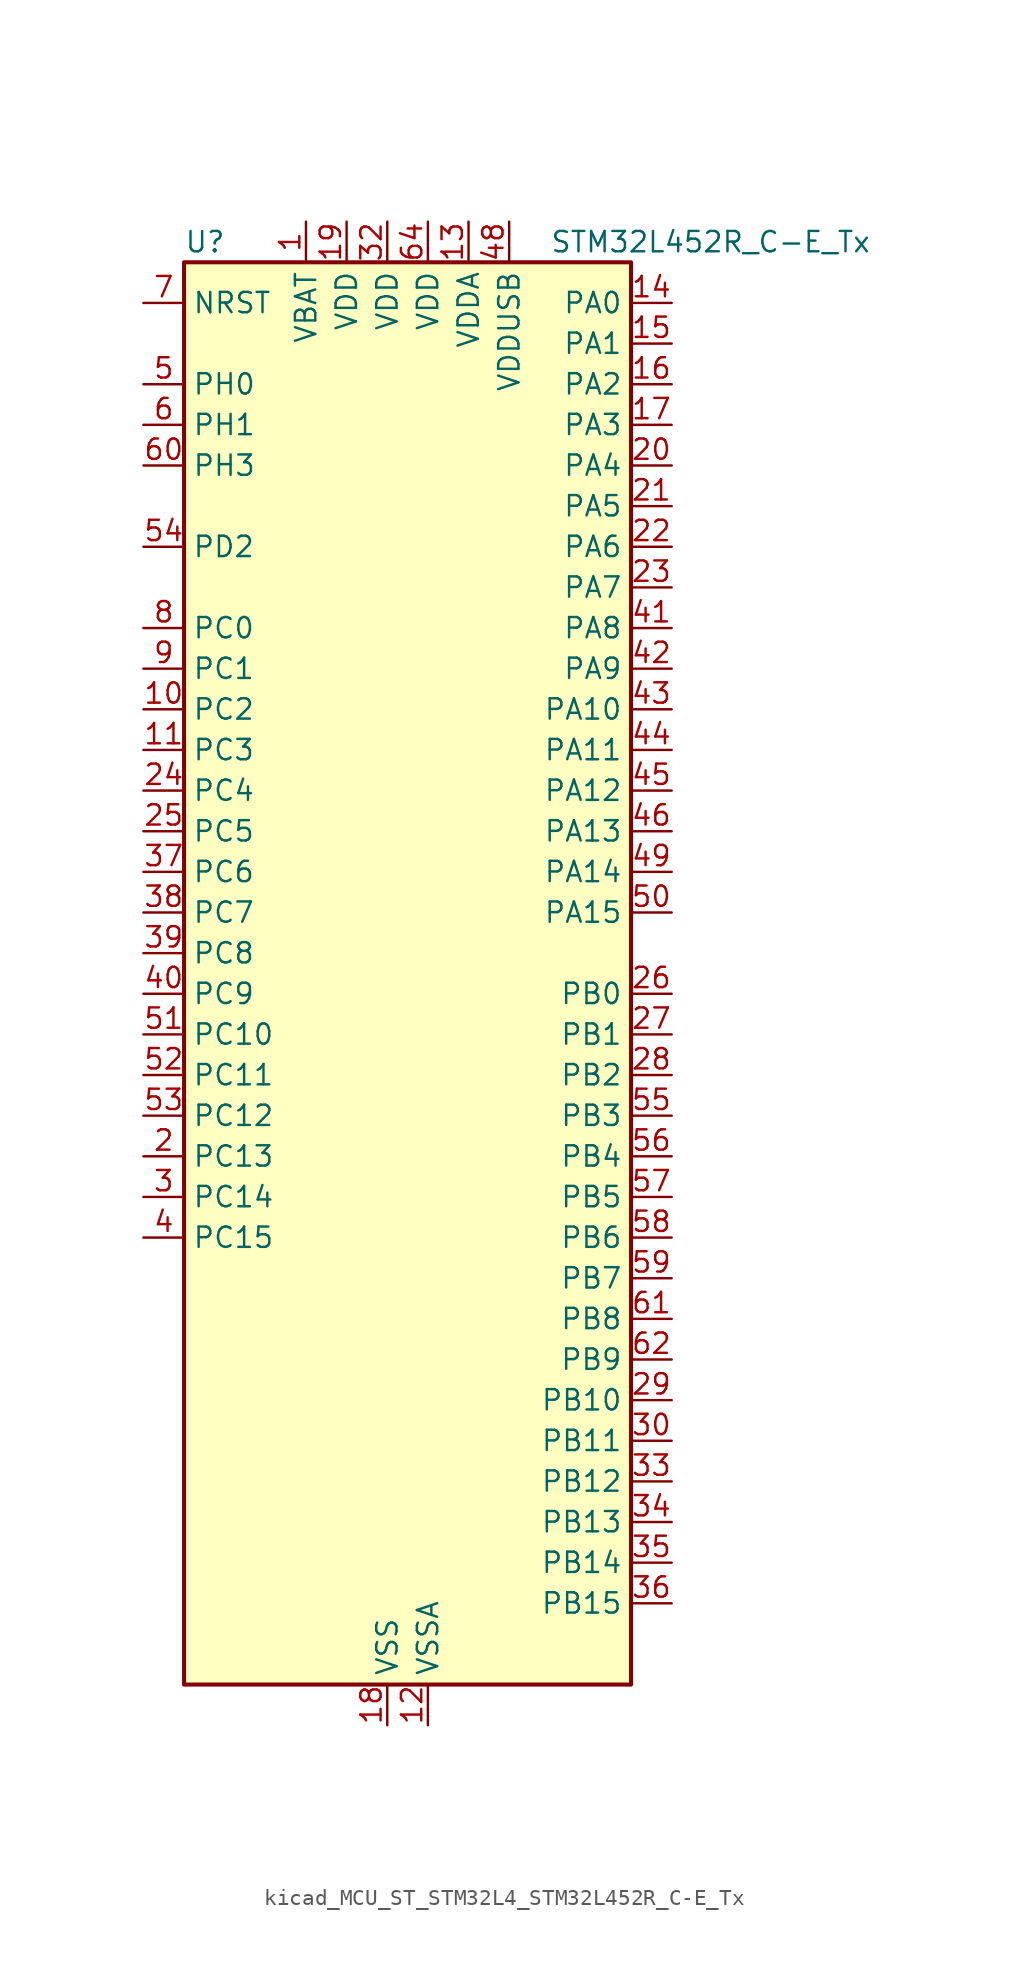
<source format=kicad_sym>
(kicad_symbol_lib
  (version 20220914)
  (generator kicad_symbol_editor)
  (symbol "kicad_MCU_ST_STM32L4_STM32L452R_C-E_Tx"
    (property "Reference" "U"
      (at -12.7 46.99 0)
      (effects (font (size 1.27 1.27)) (justify left)))
    (property "Value" "STM32L452R_C-E_Tx"
      (at 10.16 46.99 0)
      (effects (font (size 1.27 1.27)) (justify left)))
    (property "ki_locked" ""
      (at 0 0 0)
      (effects (font (size 1.27 1.27))))
    (symbol "kicad_MCU_ST_STM32L4_STM32L452R_C-E_Tx_0_1"
      (rectangle (start -12.7 -43.18) (end 15.24 45.72) (stroke (width 0.254) (type default)) (fill (type background))))
    (symbol "kicad_MCU_ST_STM32L4_STM32L452R_C-E_Tx_1_1"
      (pin power_in line (at -5.08 48.26 270) (length 2.54) (name "VBAT" (effects (font (size 1.27 1.27)))) (number "1" (effects (font (size 1.27 1.27)))))
      (pin bidirectional line (at -15.24 17.78 0) (length 2.54) (name "PC2" (effects (font (size 1.27 1.27)))) (number "10" (effects (font (size 1.27 1.27)))) (alternate "ADC1_IN3" bidirectional line) (alternate "DFSDM1_CKOUT" bidirectional line) (alternate "LPTIM1_IN2" bidirectional line) (alternate "SPI2_MISO" bidirectional line))
      (pin bidirectional line (at -15.24 15.24 0) (length 2.54) (name "PC3" (effects (font (size 1.27 1.27)))) (number "11" (effects (font (size 1.27 1.27)))) (alternate "ADC1_IN4" bidirectional line) (alternate "LPTIM1_ETR" bidirectional line) (alternate "LPTIM2_ETR" bidirectional line) (alternate "SAI1_SD_A" bidirectional line) (alternate "SPI2_MOSI" bidirectional line))
      (pin power_in line (at 2.54 -45.72 90) (length 2.54) (name "VSSA" (effects (font (size 1.27 1.27)))) (number "12" (effects (font (size 1.27 1.27)))))
      (pin power_in line (at 5.08 48.26 270) (length 2.54) (name "VDDA" (effects (font (size 1.27 1.27)))) (number "13" (effects (font (size 1.27 1.27)))))
      (pin bidirectional line (at 17.78 43.18 180) (length 2.54) (name "PA0" (effects (font (size 1.27 1.27)))) (number "14" (effects (font (size 1.27 1.27)))) (alternate "ADC1_IN5" bidirectional line) (alternate "COMP1_INM" bidirectional line) (alternate "COMP1_OUT" bidirectional line) (alternate "OPAMP1_VINP" bidirectional line) (alternate "RTC_TAMP2" bidirectional line) (alternate "SAI1_EXTCLK" bidirectional line) (alternate "SYS_WKUP1" bidirectional line) (alternate "TIM2_CH1" bidirectional line) (alternate "TIM2_ETR" bidirectional line) (alternate "UART4_TX" bidirectional line) (alternate "USART2_CTS" bidirectional line))
      (pin bidirectional line (at 17.78 40.64 180) (length 2.54) (name "PA1" (effects (font (size 1.27 1.27)))) (number "15" (effects (font (size 1.27 1.27)))) (alternate "ADC1_IN6" bidirectional line) (alternate "COMP1_INP" bidirectional line) (alternate "I2C1_SMBA" bidirectional line) (alternate "OPAMP1_VINM" bidirectional line) (alternate "SPI1_SCK" bidirectional line) (alternate "TIM15_CH1N" bidirectional line) (alternate "TIM2_CH2" bidirectional line) (alternate "UART4_RX" bidirectional line) (alternate "USART2_DE" bidirectional line) (alternate "USART2_RTS" bidirectional line))
      (pin bidirectional line (at 17.78 38.1 180) (length 2.54) (name "PA2" (effects (font (size 1.27 1.27)))) (number "16" (effects (font (size 1.27 1.27)))) (alternate "ADC1_IN7" bidirectional line) (alternate "COMP2_INM" bidirectional line) (alternate "COMP2_OUT" bidirectional line) (alternate "LPUART1_TX" bidirectional line) (alternate "QUADSPI_BK1_NCS" bidirectional line) (alternate "RCC_LSCO" bidirectional line) (alternate "SYS_WKUP4" bidirectional line) (alternate "TIM15_CH1" bidirectional line) (alternate "TIM2_CH3" bidirectional line) (alternate "USART2_TX" bidirectional line))
      (pin bidirectional line (at 17.78 35.56 180) (length 2.54) (name "PA3" (effects (font (size 1.27 1.27)))) (number "17" (effects (font (size 1.27 1.27)))) (alternate "ADC1_IN8" bidirectional line) (alternate "COMP2_INP" bidirectional line) (alternate "LPUART1_RX" bidirectional line) (alternate "OPAMP1_VOUT" bidirectional line) (alternate "QUADSPI_CLK" bidirectional line) (alternate "SAI1_MCLK_A" bidirectional line) (alternate "TIM15_CH2" bidirectional line) (alternate "TIM2_CH4" bidirectional line) (alternate "USART2_RX" bidirectional line))
      (pin power_in line (at 0 -45.72 90) (length 2.54) (name "VSS" (effects (font (size 1.27 1.27)))) (number "18" (effects (font (size 1.27 1.27)))))
      (pin power_in line (at -2.54 48.26 270) (length 2.54) (name "VDD" (effects (font (size 1.27 1.27)))) (number "19" (effects (font (size 1.27 1.27)))))
      (pin bidirectional line (at -15.24 -10.16 0) (length 2.54) (name "PC13" (effects (font (size 1.27 1.27)))) (number "2" (effects (font (size 1.27 1.27)))) (alternate "RTC_OUT_ALARM" bidirectional line) (alternate "RTC_OUT_CALIB" bidirectional line) (alternate "RTC_TAMP1" bidirectional line) (alternate "RTC_TS" bidirectional line) (alternate "SYS_WKUP2" bidirectional line))
      (pin bidirectional line (at 17.78 33.02 180) (length 2.54) (name "PA4" (effects (font (size 1.27 1.27)))) (number "20" (effects (font (size 1.27 1.27)))) (alternate "ADC1_IN9" bidirectional line) (alternate "COMP1_INM" bidirectional line) (alternate "COMP2_INM" bidirectional line) (alternate "DAC1_OUT1" bidirectional line) (alternate "LPTIM2_OUT" bidirectional line) (alternate "SAI1_FS_B" bidirectional line) (alternate "SPI1_NSS" bidirectional line) (alternate "SPI3_NSS" bidirectional line) (alternate "USART2_CK" bidirectional line))
      (pin bidirectional line (at 17.78 30.48 180) (length 2.54) (name "PA5" (effects (font (size 1.27 1.27)))) (number "21" (effects (font (size 1.27 1.27)))) (alternate "ADC1_IN10" bidirectional line) (alternate "COMP1_INM" bidirectional line) (alternate "COMP2_INM" bidirectional line) (alternate "DFSDM1_CKOUT" bidirectional line) (alternate "LPTIM2_ETR" bidirectional line) (alternate "SPI1_SCK" bidirectional line) (alternate "TIM2_CH1" bidirectional line) (alternate "TIM2_ETR" bidirectional line))
      (pin bidirectional line (at 17.78 27.94 180) (length 2.54) (name "PA6" (effects (font (size 1.27 1.27)))) (number "22" (effects (font (size 1.27 1.27)))) (alternate "ADC1_IN11" bidirectional line) (alternate "COMP1_OUT" bidirectional line) (alternate "LPUART1_CTS" bidirectional line) (alternate "QUADSPI_BK1_IO3" bidirectional line) (alternate "SPI1_MISO" bidirectional line) (alternate "TIM16_CH1" bidirectional line) (alternate "TIM1_BKIN" bidirectional line) (alternate "TIM1_BKIN_COMP2" bidirectional line) (alternate "TIM3_CH1" bidirectional line) (alternate "USART3_CTS" bidirectional line))
      (pin bidirectional line (at 17.78 25.4 180) (length 2.54) (name "PA7" (effects (font (size 1.27 1.27)))) (number "23" (effects (font (size 1.27 1.27)))) (alternate "ADC1_IN12" bidirectional line) (alternate "COMP2_OUT" bidirectional line) (alternate "DFSDM1_DATIN0" bidirectional line) (alternate "I2C3_SCL" bidirectional line) (alternate "QUADSPI_BK1_IO2" bidirectional line) (alternate "SPI1_MOSI" bidirectional line) (alternate "TIM1_CH1N" bidirectional line) (alternate "TIM3_CH2" bidirectional line))
      (pin bidirectional line (at -15.24 12.7 0) (length 2.54) (name "PC4" (effects (font (size 1.27 1.27)))) (number "24" (effects (font (size 1.27 1.27)))) (alternate "ADC1_IN13" bidirectional line) (alternate "COMP1_INM" bidirectional line) (alternate "USART3_TX" bidirectional line))
      (pin bidirectional line (at -15.24 10.16 0) (length 2.54) (name "PC5" (effects (font (size 1.27 1.27)))) (number "25" (effects (font (size 1.27 1.27)))) (alternate "ADC1_IN14" bidirectional line) (alternate "COMP1_INP" bidirectional line) (alternate "SYS_WKUP5" bidirectional line) (alternate "USART3_RX" bidirectional line))
      (pin bidirectional line (at 17.78 0 180) (length 2.54) (name "PB0" (effects (font (size 1.27 1.27)))) (number "26" (effects (font (size 1.27 1.27)))) (alternate "ADC1_IN15" bidirectional line) (alternate "COMP1_OUT" bidirectional line) (alternate "DFSDM1_CKIN0" bidirectional line) (alternate "QUADSPI_BK1_IO1" bidirectional line) (alternate "SAI1_EXTCLK" bidirectional line) (alternate "SPI1_NSS" bidirectional line) (alternate "TIM1_CH2N" bidirectional line) (alternate "TIM3_CH3" bidirectional line) (alternate "USART3_CK" bidirectional line))
      (pin bidirectional line (at 17.78 -2.54 180) (length 2.54) (name "PB1" (effects (font (size 1.27 1.27)))) (number "27" (effects (font (size 1.27 1.27)))) (alternate "ADC1_IN16" bidirectional line) (alternate "COMP1_INM" bidirectional line) (alternate "DFSDM1_DATIN0" bidirectional line) (alternate "LPTIM2_IN1" bidirectional line) (alternate "LPUART1_DE" bidirectional line) (alternate "LPUART1_RTS" bidirectional line) (alternate "QUADSPI_BK1_IO0" bidirectional line) (alternate "TIM1_CH3N" bidirectional line) (alternate "TIM3_CH4" bidirectional line) (alternate "USART3_DE" bidirectional line) (alternate "USART3_RTS" bidirectional line))
      (pin bidirectional line (at 17.78 -5.08 180) (length 2.54) (name "PB2" (effects (font (size 1.27 1.27)))) (number "28" (effects (font (size 1.27 1.27)))) (alternate "COMP1_INP" bidirectional line) (alternate "DFSDM1_CKIN0" bidirectional line) (alternate "I2C3_SMBA" bidirectional line) (alternate "LPTIM1_OUT" bidirectional line) (alternate "RTC_OUT_ALARM" bidirectional line) (alternate "RTC_OUT_CALIB" bidirectional line))
      (pin bidirectional line (at 17.78 -25.4 180) (length 2.54) (name "PB10" (effects (font (size 1.27 1.27)))) (number "29" (effects (font (size 1.27 1.27)))) (alternate "COMP1_OUT" bidirectional line) (alternate "I2C2_SCL" bidirectional line) (alternate "I2C4_SCL" bidirectional line) (alternate "LPUART1_RX" bidirectional line) (alternate "QUADSPI_CLK" bidirectional line) (alternate "SAI1_SCK_A" bidirectional line) (alternate "SPI2_SCK" bidirectional line) (alternate "TIM2_CH3" bidirectional line) (alternate "TSC_SYNC" bidirectional line) (alternate "USART3_TX" bidirectional line))
      (pin bidirectional line (at -15.24 -12.7 0) (length 2.54) (name "PC14" (effects (font (size 1.27 1.27)))) (number "3" (effects (font (size 1.27 1.27)))) (alternate "RCC_OSC32_IN" bidirectional line))
      (pin bidirectional line (at 17.78 -27.94 180) (length 2.54) (name "PB11" (effects (font (size 1.27 1.27)))) (number "30" (effects (font (size 1.27 1.27)))) (alternate "ADC1_EXTI11" bidirectional line) (alternate "COMP2_OUT" bidirectional line) (alternate "I2C2_SDA" bidirectional line) (alternate "I2C4_SDA" bidirectional line) (alternate "LPUART1_TX" bidirectional line) (alternate "QUADSPI_BK1_NCS" bidirectional line) (alternate "TIM2_CH4" bidirectional line) (alternate "USART3_RX" bidirectional line))
      (pin passive line (at 0 -45.72 90) (length 2.54) hide (name "VSS" (effects (font (size 1.27 1.27)))) (number "31" (effects (font (size 1.27 1.27)))))
      (pin power_in line (at 0 48.26 270) (length 2.54) (name "VDD" (effects (font (size 1.27 1.27)))) (number "32" (effects (font (size 1.27 1.27)))))
      (pin bidirectional line (at 17.78 -30.48 180) (length 2.54) (name "PB12" (effects (font (size 1.27 1.27)))) (number "33" (effects (font (size 1.27 1.27)))) (alternate "CAN1_RX" bidirectional line) (alternate "DFSDM1_DATIN1" bidirectional line) (alternate "I2C2_SMBA" bidirectional line) (alternate "LPUART1_DE" bidirectional line) (alternate "LPUART1_RTS" bidirectional line) (alternate "SAI1_FS_A" bidirectional line) (alternate "SPI2_NSS" bidirectional line) (alternate "TIM15_BKIN" bidirectional line) (alternate "TIM1_BKIN" bidirectional line) (alternate "TIM1_BKIN_COMP2" bidirectional line) (alternate "TSC_G1_IO1" bidirectional line) (alternate "USART3_CK" bidirectional line))
      (pin bidirectional line (at 17.78 -33.02 180) (length 2.54) (name "PB13" (effects (font (size 1.27 1.27)))) (number "34" (effects (font (size 1.27 1.27)))) (alternate "CAN1_TX" bidirectional line) (alternate "DFSDM1_CKIN1" bidirectional line) (alternate "I2C2_SCL" bidirectional line) (alternate "LPUART1_CTS" bidirectional line) (alternate "SAI1_SCK_A" bidirectional line) (alternate "SPI2_SCK" bidirectional line) (alternate "TIM15_CH1N" bidirectional line) (alternate "TIM1_CH1N" bidirectional line) (alternate "TSC_G1_IO2" bidirectional line) (alternate "USART3_CTS" bidirectional line))
      (pin bidirectional line (at 17.78 -35.56 180) (length 2.54) (name "PB14" (effects (font (size 1.27 1.27)))) (number "35" (effects (font (size 1.27 1.27)))) (alternate "DFSDM1_DATIN2" bidirectional line) (alternate "I2C2_SDA" bidirectional line) (alternate "SAI1_MCLK_A" bidirectional line) (alternate "SPI2_MISO" bidirectional line) (alternate "TIM15_CH1" bidirectional line) (alternate "TIM1_CH2N" bidirectional line) (alternate "TSC_G1_IO3" bidirectional line) (alternate "USART3_DE" bidirectional line) (alternate "USART3_RTS" bidirectional line))
      (pin bidirectional line (at 17.78 -38.1 180) (length 2.54) (name "PB15" (effects (font (size 1.27 1.27)))) (number "36" (effects (font (size 1.27 1.27)))) (alternate "ADC1_EXTI15" bidirectional line) (alternate "DFSDM1_CKIN2" bidirectional line) (alternate "RTC_REFIN" bidirectional line) (alternate "SAI1_SD_A" bidirectional line) (alternate "SPI2_MOSI" bidirectional line) (alternate "TIM15_CH2" bidirectional line) (alternate "TIM1_CH3N" bidirectional line) (alternate "TSC_G1_IO4" bidirectional line))
      (pin bidirectional line (at -15.24 7.62 0) (length 2.54) (name "PC6" (effects (font (size 1.27 1.27)))) (number "37" (effects (font (size 1.27 1.27)))) (alternate "DFSDM1_CKIN3" bidirectional line) (alternate "SDMMC1_D6" bidirectional line) (alternate "TIM3_CH1" bidirectional line) (alternate "TSC_G4_IO1" bidirectional line))
      (pin bidirectional line (at -15.24 5.08 0) (length 2.54) (name "PC7" (effects (font (size 1.27 1.27)))) (number "38" (effects (font (size 1.27 1.27)))) (alternate "DFSDM1_DATIN3" bidirectional line) (alternate "SDMMC1_D7" bidirectional line) (alternate "TIM3_CH2" bidirectional line) (alternate "TSC_G4_IO2" bidirectional line))
      (pin bidirectional line (at -15.24 2.54 0) (length 2.54) (name "PC8" (effects (font (size 1.27 1.27)))) (number "39" (effects (font (size 1.27 1.27)))) (alternate "SDMMC1_D0" bidirectional line) (alternate "TIM3_CH3" bidirectional line) (alternate "TSC_G4_IO3" bidirectional line))
      (pin bidirectional line (at -15.24 -15.24 0) (length 2.54) (name "PC15" (effects (font (size 1.27 1.27)))) (number "4" (effects (font (size 1.27 1.27)))) (alternate "ADC1_EXTI15" bidirectional line) (alternate "RCC_OSC32_OUT" bidirectional line))
      (pin bidirectional line (at -15.24 0 0) (length 2.54) (name "PC9" (effects (font (size 1.27 1.27)))) (number "40" (effects (font (size 1.27 1.27)))) (alternate "DAC1_EXTI9" bidirectional line) (alternate "SDMMC1_D1" bidirectional line) (alternate "TIM3_CH4" bidirectional line) (alternate "TSC_G4_IO4" bidirectional line) (alternate "USB_NOE" bidirectional line))
      (pin bidirectional line (at 17.78 22.86 180) (length 2.54) (name "PA8" (effects (font (size 1.27 1.27)))) (number "41" (effects (font (size 1.27 1.27)))) (alternate "DFSDM1_CKIN1" bidirectional line) (alternate "LPTIM2_OUT" bidirectional line) (alternate "RCC_MCO" bidirectional line) (alternate "SAI1_SCK_A" bidirectional line) (alternate "TIM1_CH1" bidirectional line) (alternate "USART1_CK" bidirectional line))
      (pin bidirectional line (at 17.78 20.32 180) (length 2.54) (name "PA9" (effects (font (size 1.27 1.27)))) (number "42" (effects (font (size 1.27 1.27)))) (alternate "DAC1_EXTI9" bidirectional line) (alternate "DFSDM1_DATIN1" bidirectional line) (alternate "I2C1_SCL" bidirectional line) (alternate "SAI1_FS_A" bidirectional line) (alternate "TIM15_BKIN" bidirectional line) (alternate "TIM1_CH2" bidirectional line) (alternate "USART1_TX" bidirectional line))
      (pin bidirectional line (at 17.78 17.78 180) (length 2.54) (name "PA10" (effects (font (size 1.27 1.27)))) (number "43" (effects (font (size 1.27 1.27)))) (alternate "CRS_SYNC" bidirectional line) (alternate "I2C1_SDA" bidirectional line) (alternate "SAI1_SD_A" bidirectional line) (alternate "TIM1_CH3" bidirectional line) (alternate "USART1_RX" bidirectional line))
      (pin bidirectional line (at 17.78 15.24 180) (length 2.54) (name "PA11" (effects (font (size 1.27 1.27)))) (number "44" (effects (font (size 1.27 1.27)))) (alternate "ADC1_EXTI11" bidirectional line) (alternate "CAN1_RX" bidirectional line) (alternate "COMP1_OUT" bidirectional line) (alternate "SPI1_MISO" bidirectional line) (alternate "TIM1_BKIN2" bidirectional line) (alternate "TIM1_BKIN2_COMP1" bidirectional line) (alternate "TIM1_CH4" bidirectional line) (alternate "USART1_CTS" bidirectional line) (alternate "USB_DM" bidirectional line))
      (pin bidirectional line (at 17.78 12.7 180) (length 2.54) (name "PA12" (effects (font (size 1.27 1.27)))) (number "45" (effects (font (size 1.27 1.27)))) (alternate "CAN1_TX" bidirectional line) (alternate "SPI1_MOSI" bidirectional line) (alternate "TIM1_ETR" bidirectional line) (alternate "USART1_DE" bidirectional line) (alternate "USART1_RTS" bidirectional line) (alternate "USB_DP" bidirectional line))
      (pin bidirectional line (at 17.78 10.16 180) (length 2.54) (name "PA13" (effects (font (size 1.27 1.27)))) (number "46" (effects (font (size 1.27 1.27)))) (alternate "IR_OUT" bidirectional line) (alternate "SAI1_SD_B" bidirectional line) (alternate "SYS_JTMS-SWDIO" bidirectional line) (alternate "USB_NOE" bidirectional line))
      (pin passive line (at 0 -45.72 90) (length 2.54) hide (name "VSS" (effects (font (size 1.27 1.27)))) (number "47" (effects (font (size 1.27 1.27)))))
      (pin power_in line (at 7.62 48.26 270) (length 2.54) (name "VDDUSB" (effects (font (size 1.27 1.27)))) (number "48" (effects (font (size 1.27 1.27)))))
      (pin bidirectional line (at 17.78 7.62 180) (length 2.54) (name "PA14" (effects (font (size 1.27 1.27)))) (number "49" (effects (font (size 1.27 1.27)))) (alternate "I2C1_SMBA" bidirectional line) (alternate "I2C4_SMBA" bidirectional line) (alternate "LPTIM1_OUT" bidirectional line) (alternate "SAI1_FS_B" bidirectional line) (alternate "SYS_JTCK-SWCLK" bidirectional line))
      (pin bidirectional line (at -15.24 38.1 0) (length 2.54) (name "PH0" (effects (font (size 1.27 1.27)))) (number "5" (effects (font (size 1.27 1.27)))) (alternate "RCC_OSC_IN" bidirectional line))
      (pin bidirectional line (at 17.78 5.08 180) (length 2.54) (name "PA15" (effects (font (size 1.27 1.27)))) (number "50" (effects (font (size 1.27 1.27)))) (alternate "ADC1_EXTI15" bidirectional line) (alternate "SPI1_NSS" bidirectional line) (alternate "SPI3_NSS" bidirectional line) (alternate "SYS_JTDI" bidirectional line) (alternate "TIM2_CH1" bidirectional line) (alternate "TIM2_ETR" bidirectional line) (alternate "TSC_G3_IO1" bidirectional line) (alternate "UART4_DE" bidirectional line) (alternate "UART4_RTS" bidirectional line) (alternate "USART2_RX" bidirectional line) (alternate "USART3_DE" bidirectional line) (alternate "USART3_RTS" bidirectional line))
      (pin bidirectional line (at -15.24 -2.54 0) (length 2.54) (name "PC10" (effects (font (size 1.27 1.27)))) (number "51" (effects (font (size 1.27 1.27)))) (alternate "SDMMC1_D2" bidirectional line) (alternate "SPI3_SCK" bidirectional line) (alternate "SYS_TRACED1" bidirectional line) (alternate "TSC_G3_IO2" bidirectional line) (alternate "UART4_TX" bidirectional line) (alternate "USART3_TX" bidirectional line))
      (pin bidirectional line (at -15.24 -5.08 0) (length 2.54) (name "PC11" (effects (font (size 1.27 1.27)))) (number "52" (effects (font (size 1.27 1.27)))) (alternate "ADC1_EXTI11" bidirectional line) (alternate "SDMMC1_D3" bidirectional line) (alternate "SPI3_MISO" bidirectional line) (alternate "TSC_G3_IO3" bidirectional line) (alternate "UART4_RX" bidirectional line) (alternate "USART3_RX" bidirectional line))
      (pin bidirectional line (at -15.24 -7.62 0) (length 2.54) (name "PC12" (effects (font (size 1.27 1.27)))) (number "53" (effects (font (size 1.27 1.27)))) (alternate "SDMMC1_CK" bidirectional line) (alternate "SPI3_MOSI" bidirectional line) (alternate "SYS_TRACED3" bidirectional line) (alternate "TSC_G3_IO4" bidirectional line) (alternate "USART3_CK" bidirectional line))
      (pin bidirectional line (at -15.24 27.94 0) (length 2.54) (name "PD2" (effects (font (size 1.27 1.27)))) (number "54" (effects (font (size 1.27 1.27)))) (alternate "SDMMC1_CMD" bidirectional line) (alternate "SYS_TRACED2" bidirectional line) (alternate "TIM3_ETR" bidirectional line) (alternate "TSC_SYNC" bidirectional line) (alternate "USART3_DE" bidirectional line) (alternate "USART3_RTS" bidirectional line))
      (pin bidirectional line (at 17.78 -7.62 180) (length 2.54) (name "PB3" (effects (font (size 1.27 1.27)))) (number "55" (effects (font (size 1.27 1.27)))) (alternate "COMP2_INM" bidirectional line) (alternate "SAI1_SCK_B" bidirectional line) (alternate "SPI1_SCK" bidirectional line) (alternate "SPI3_SCK" bidirectional line) (alternate "SYS_JTDO-SWO" bidirectional line) (alternate "TIM2_CH2" bidirectional line) (alternate "USART1_DE" bidirectional line) (alternate "USART1_RTS" bidirectional line))
      (pin bidirectional line (at 17.78 -10.16 180) (length 2.54) (name "PB4" (effects (font (size 1.27 1.27)))) (number "56" (effects (font (size 1.27 1.27)))) (alternate "COMP2_INP" bidirectional line) (alternate "I2C3_SDA" bidirectional line) (alternate "SAI1_MCLK_B" bidirectional line) (alternate "SPI1_MISO" bidirectional line) (alternate "SPI3_MISO" bidirectional line) (alternate "SYS_JTRST" bidirectional line) (alternate "TIM3_CH1" bidirectional line) (alternate "TSC_G2_IO1" bidirectional line) (alternate "USART1_CTS" bidirectional line))
      (pin bidirectional line (at 17.78 -12.7 180) (length 2.54) (name "PB5" (effects (font (size 1.27 1.27)))) (number "57" (effects (font (size 1.27 1.27)))) (alternate "CAN1_RX" bidirectional line) (alternate "COMP2_OUT" bidirectional line) (alternate "I2C1_SMBA" bidirectional line) (alternate "LPTIM1_IN1" bidirectional line) (alternate "SAI1_SD_B" bidirectional line) (alternate "SPI1_MOSI" bidirectional line) (alternate "SPI3_MOSI" bidirectional line) (alternate "TIM16_BKIN" bidirectional line) (alternate "TIM3_CH2" bidirectional line) (alternate "TSC_G2_IO2" bidirectional line) (alternate "USART1_CK" bidirectional line))
      (pin bidirectional line (at 17.78 -15.24 180) (length 2.54) (name "PB6" (effects (font (size 1.27 1.27)))) (number "58" (effects (font (size 1.27 1.27)))) (alternate "CAN1_TX" bidirectional line) (alternate "COMP2_INP" bidirectional line) (alternate "I2C1_SCL" bidirectional line) (alternate "I2C4_SCL" bidirectional line) (alternate "LPTIM1_ETR" bidirectional line) (alternate "SAI1_FS_B" bidirectional line) (alternate "TIM16_CH1N" bidirectional line) (alternate "TSC_G2_IO3" bidirectional line) (alternate "USART1_TX" bidirectional line))
      (pin bidirectional line (at 17.78 -17.78 180) (length 2.54) (name "PB7" (effects (font (size 1.27 1.27)))) (number "59" (effects (font (size 1.27 1.27)))) (alternate "COMP2_INM" bidirectional line) (alternate "I2C1_SDA" bidirectional line) (alternate "I2C4_SDA" bidirectional line) (alternate "LPTIM1_IN2" bidirectional line) (alternate "SYS_PVD_IN" bidirectional line) (alternate "TSC_G2_IO4" bidirectional line) (alternate "UART4_CTS" bidirectional line) (alternate "USART1_RX" bidirectional line))
      (pin bidirectional line (at -15.24 35.56 0) (length 2.54) (name "PH1" (effects (font (size 1.27 1.27)))) (number "6" (effects (font (size 1.27 1.27)))) (alternate "RCC_OSC_OUT" bidirectional line))
      (pin bidirectional line (at -15.24 33.02 0) (length 2.54) (name "PH3" (effects (font (size 1.27 1.27)))) (number "60" (effects (font (size 1.27 1.27)))))
      (pin bidirectional line (at 17.78 -20.32 180) (length 2.54) (name "PB8" (effects (font (size 1.27 1.27)))) (number "61" (effects (font (size 1.27 1.27)))) (alternate "CAN1_RX" bidirectional line) (alternate "I2C1_SCL" bidirectional line) (alternate "SAI1_MCLK_A" bidirectional line) (alternate "SDMMC1_D4" bidirectional line) (alternate "TIM16_CH1" bidirectional line))
      (pin bidirectional line (at 17.78 -22.86 180) (length 2.54) (name "PB9" (effects (font (size 1.27 1.27)))) (number "62" (effects (font (size 1.27 1.27)))) (alternate "CAN1_TX" bidirectional line) (alternate "DAC1_EXTI9" bidirectional line) (alternate "I2C1_SDA" bidirectional line) (alternate "IR_OUT" bidirectional line) (alternate "SAI1_FS_A" bidirectional line) (alternate "SDMMC1_D5" bidirectional line) (alternate "SPI2_NSS" bidirectional line))
      (pin passive line (at 0 -45.72 90) (length 2.54) hide (name "VSS" (effects (font (size 1.27 1.27)))) (number "63" (effects (font (size 1.27 1.27)))))
      (pin power_in line (at 2.54 48.26 270) (length 2.54) (name "VDD" (effects (font (size 1.27 1.27)))) (number "64" (effects (font (size 1.27 1.27)))))
      (pin input line (at -15.24 43.18 0) (length 2.54) (name "NRST" (effects (font (size 1.27 1.27)))) (number "7" (effects (font (size 1.27 1.27)))))
      (pin bidirectional line (at -15.24 22.86 0) (length 2.54) (name "PC0" (effects (font (size 1.27 1.27)))) (number "8" (effects (font (size 1.27 1.27)))) (alternate "ADC1_IN1" bidirectional line) (alternate "I2C3_SCL" bidirectional line) (alternate "I2C4_SCL" bidirectional line) (alternate "LPTIM1_IN1" bidirectional line) (alternate "LPTIM2_IN1" bidirectional line) (alternate "LPUART1_RX" bidirectional line))
      (pin bidirectional line (at -15.24 20.32 0) (length 2.54) (name "PC1" (effects (font (size 1.27 1.27)))) (number "9" (effects (font (size 1.27 1.27)))) (alternate "ADC1_IN2" bidirectional line) (alternate "I2C3_SDA" bidirectional line) (alternate "I2C4_SDA" bidirectional line) (alternate "LPTIM1_OUT" bidirectional line) (alternate "LPUART1_TX" bidirectional line) (alternate "SYS_TRACED0" bidirectional line)))))
</source>
